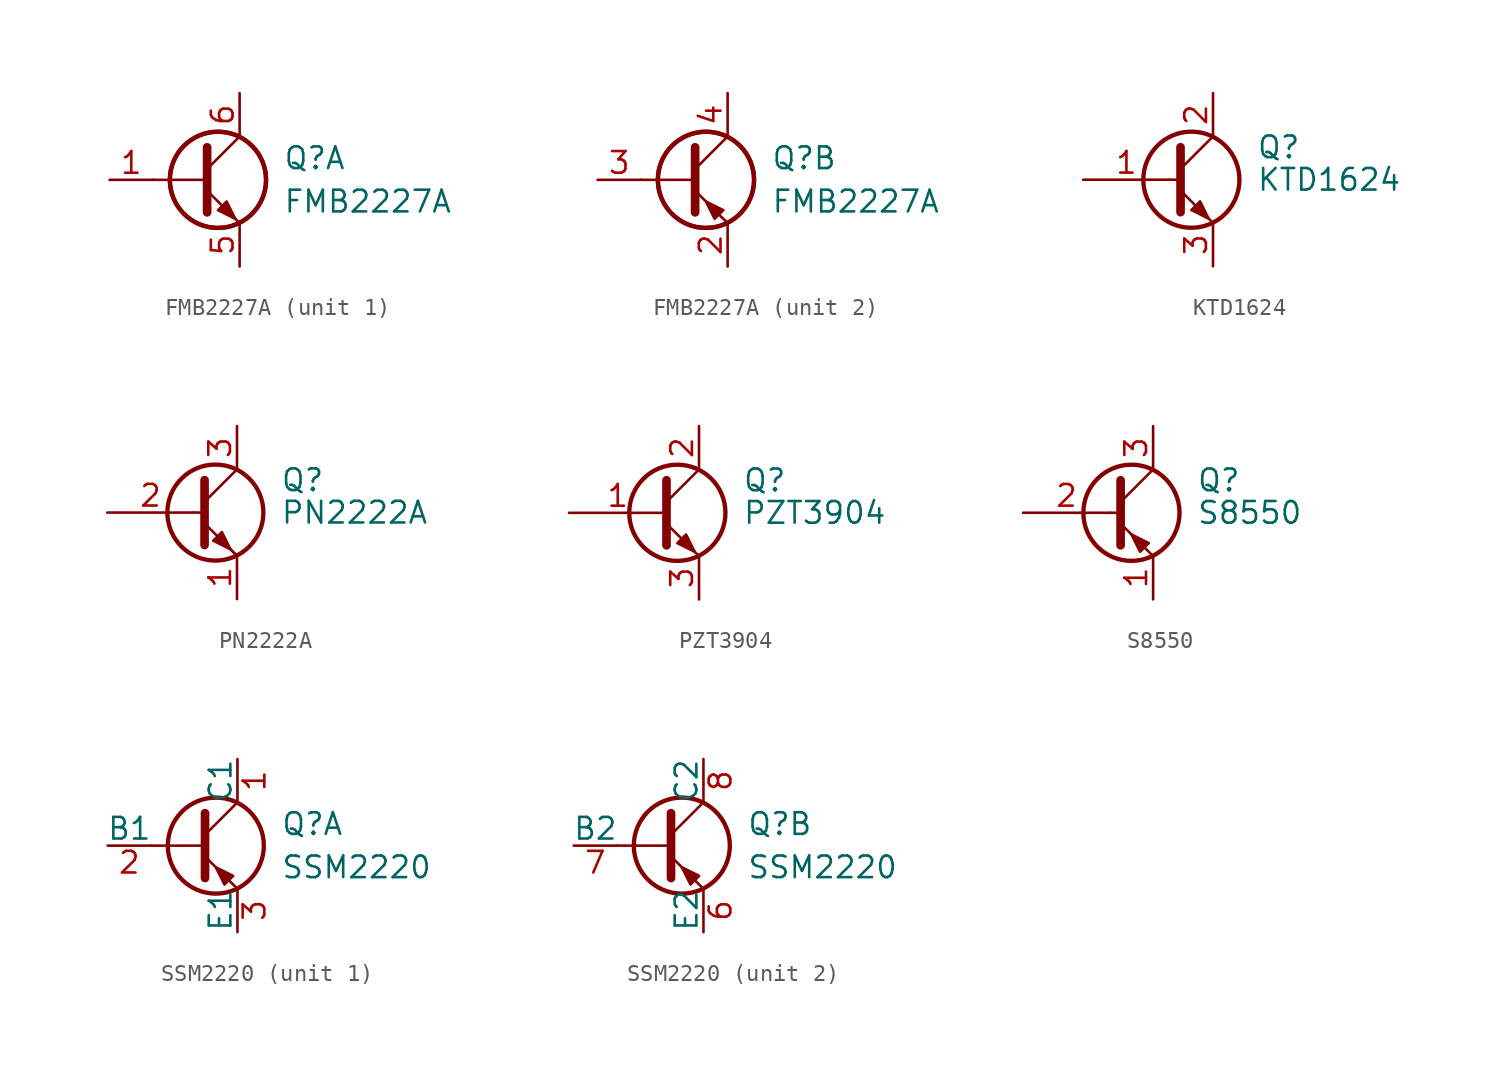
<source format=kicad_sym>
(kicad_symbol_lib
  (version 20201005)
  (generator kicad_symbol_editor)
  (symbol "FMB2227A"
    (pin_names
      (offset 0) hide)
    (property "Reference" "Q"
      (at 5.08 1.27 0)
      (effects (font (size 1.27 1.27)) (justify left)))
    (property "Value" "FMB2227A"
      (at 5.08 -1.27 0)
      (effects (font (size 1.27 1.27)) (justify left)))
    (property "ki_locked" ""
      (at 0 0 0)
      (effects (font (size 1.27 1.27))))
    (symbol "FMB2227A_0_1"
      (circle (center 1.27 0) (radius 2.819) (stroke (width 0.254)) (fill (type none)))
      (circle (center 1.27 0) (radius 2.819) (stroke (width 0.254)) (fill (type none)))
      (polyline (pts (xy 0.635 0) (xy -2.54 0)) (stroke (width 0)) (fill (type none))))
    (symbol "FMB2227A_1_1"
      (polyline (pts (xy 0.635 0.635) (xy 2.54 2.54)) (stroke (width 0)) (fill (type none)))
      (polyline (pts (xy 0.635 -0.635) (xy 2.54 -2.54) (xy 2.54 -2.54)) (stroke (width 0)) (fill (type none)))
      (polyline (pts (xy 0.635 1.905) (xy 0.635 -1.905) (xy 0.635 -1.905)) (stroke (width 0.508)) (fill (type none)))
      (polyline (pts (xy 1.27 -1.778) (xy 1.778 -1.27) (xy 2.286 -2.286) (xy 1.27 -1.778) (xy 1.27 -1.778)) (stroke (width 0)) (fill (type outline)))
      (pin input line (at -5.08 0 0) (length 2.54) (name "B1" (effects (font (size 1.27 1.27)))) (number "1" (effects (font (size 1.27 1.27)))))
      (pin passive line (at 2.54 -5.08 90) (length 2.54) (name "E1" (effects (font (size 1.27 1.27)))) (number "5" (effects (font (size 1.27 1.27)))))
      (pin passive line (at 2.54 5.08 270) (length 2.54) (name "C1" (effects (font (size 1.27 1.27)))) (number "6" (effects (font (size 1.27 1.27))))))
    (symbol "FMB2227A_2_1"
      (polyline (pts (xy 0.635 0.635) (xy 2.54 2.54)) (stroke (width 0)) (fill (type none)))
      (polyline (pts (xy 0.635 -0.635) (xy 2.54 -2.54) (xy 2.54 -2.54)) (stroke (width 0)) (fill (type none)))
      (polyline (pts (xy 0.635 1.905) (xy 0.635 -1.905) (xy 0.635 -1.905)) (stroke (width 0.508)) (fill (type none)))
      (polyline (pts (xy 2.286 -1.778) (xy 1.778 -2.286) (xy 1.27 -1.27) (xy 2.286 -1.778) (xy 2.286 -1.778)) (stroke (width 0)) (fill (type outline)))
      (pin passive line (at 2.54 -5.08 90) (length 2.54) (name "E2" (effects (font (size 1.27 1.27)))) (number "2" (effects (font (size 1.27 1.27)))))
      (pin input line (at -5.08 0 0) (length 2.54) (name "B2" (effects (font (size 1.27 1.27)))) (number "3" (effects (font (size 1.27 1.27)))))
      (pin passive line (at 2.54 5.08 270) (length 2.54) (name "C2" (effects (font (size 1.27 1.27)))) (number "4" (effects (font (size 1.27 1.27)))))))
  (symbol "KTD1624"
    (pin_names
      (offset 0) hide)
    (property "Reference" "Q"
      (at 5.08 1.905 0)
      (effects (font (size 1.27 1.27)) (justify left)))
    (property "Value" "KTD1624"
      (at 5.08 0 0)
      (effects (font (size 1.27 1.27)) (justify left)))
    (symbol "KTD1624_0_1"
      (circle (center 1.27 0) (radius 2.819) (stroke (width 0.254)) (fill (type none)))
      (polyline (pts (xy 0 0) (xy 0.635 0)) (stroke (width 0)) (fill (type none)))
      (polyline (pts (xy 0.635 0.635) (xy 2.54 2.54)) (stroke (width 0)) (fill (type none)))
      (polyline (pts (xy 0.635 -0.635) (xy 2.54 -2.54) (xy 2.54 -2.54)) (stroke (width 0)) (fill (type none)))
      (polyline (pts (xy 0.635 1.905) (xy 0.635 -1.905) (xy 0.635 -1.905)) (stroke (width 0.508)) (fill (type none)))
      (polyline (pts (xy 1.27 -1.778) (xy 1.778 -1.27) (xy 2.286 -2.286) (xy 1.27 -1.778) (xy 1.27 -1.778)) (stroke (width 0)) (fill (type outline))))
    (symbol "KTD1624_1_1"
      (pin input line (at -5.08 0 0) (length 5.08) (name "B" (effects (font (size 1.27 1.27)))) (number "1" (effects (font (size 1.27 1.27)))))
      (pin passive line (at 2.54 5.08 270) (length 2.54) (name "C" (effects (font (size 1.27 1.27)))) (number "2" (effects (font (size 1.27 1.27)))))
      (pin passive line (at 2.54 -5.08 90) (length 2.54) (name "E" (effects (font (size 1.27 1.27)))) (number "3" (effects (font (size 1.27 1.27)))))))
  (symbol "PN2222A"
    (pin_names
      (offset 0) hide)
    (property "Reference" "Q"
      (at 5.08 1.905 0)
      (effects (font (size 1.27 1.27)) (justify left)))
    (property "Value" "PN2222A"
      (at 5.08 0 0)
      (effects (font (size 1.27 1.27)) (justify left)))
    (symbol "PN2222A_0_1"
      (circle (center 1.27 0) (radius 2.819) (stroke (width 0.254)) (fill (type none)))
      (polyline (pts (xy 0 0) (xy 0.635 0)) (stroke (width 0)) (fill (type none)))
      (polyline (pts (xy 2.54 -2.54) (xy 0.635 -0.635)) (stroke (width 0)) (fill (type none)))
      (polyline (pts (xy 2.54 2.54) (xy 0.635 0.635)) (stroke (width 0)) (fill (type none)))
      (polyline (pts (xy 0.635 1.905) (xy 0.635 -1.905) (xy 0.635 -1.905)) (stroke (width 0.508)) (fill (type none)))
      (polyline (pts (xy 2.413 -2.413) (xy 1.905 -1.905) (xy 1.905 -1.905)) (stroke (width 0)) (fill (type none)))
      (polyline (pts (xy 1.143 -1.651) (xy 1.651 -1.143) (xy 2.159 -2.159) (xy 1.143 -1.651) (xy 1.143 -1.651)) (stroke (width 0)) (fill (type outline))))
    (symbol "PN2222A_1_1"
      (pin passive line (at 2.54 -5.08 90) (length 2.54) (name "E" (effects (font (size 1.27 1.27)))) (number "1" (effects (font (size 1.27 1.27)))))
      (pin input line (at -5.08 0 0) (length 5.08) (name "B" (effects (font (size 1.27 1.27)))) (number "2" (effects (font (size 1.27 1.27)))))
      (pin passive line (at 2.54 5.08 270) (length 2.54) (name "C" (effects (font (size 1.27 1.27)))) (number "3" (effects (font (size 1.27 1.27)))))))
  (symbol "PZT3904"
    (pin_names
      (offset 0) hide)
    (property "Reference" "Q"
      (at 5.08 1.905 0)
      (effects (font (size 1.27 1.27)) (justify left)))
    (property "Value" "PZT3904"
      (at 5.08 0 0)
      (effects (font (size 1.27 1.27)) (justify left)))
    (symbol "PZT3904_0_1"
      (circle (center 1.27 0) (radius 2.819) (stroke (width 0.254)) (fill (type none)))
      (polyline (pts (xy 0.635 0.635) (xy 2.54 2.54)) (stroke (width 0)) (fill (type none)))
      (polyline (pts (xy 0.635 -0.635) (xy 2.54 -2.54) (xy 2.54 -2.54)) (stroke (width 0)) (fill (type none)))
      (polyline (pts (xy 0.635 1.905) (xy 0.635 -1.905) (xy 0.635 -1.905)) (stroke (width 0.508)) (fill (type none)))
      (polyline (pts (xy 1.27 -1.778) (xy 1.778 -1.27) (xy 2.286 -2.286) (xy 1.27 -1.778) (xy 1.27 -1.778)) (stroke (width 0)) (fill (type outline))))
    (symbol "PZT3904_1_1"
      (pin input line (at -5.08 0 0) (length 5.715) (name "B" (effects (font (size 1.27 1.27)))) (number "1" (effects (font (size 1.27 1.27)))))
      (pin passive line (at 2.54 5.08 270) (length 2.54) (name "C" (effects (font (size 1.27 1.27)))) (number "2" (effects (font (size 1.27 1.27)))))
      (pin passive line (at 2.54 -5.08 90) (length 2.54) (name "E" (effects (font (size 1.27 1.27)))) (number "3" (effects (font (size 1.27 1.27)))))
      (pin passive line (at 2.54 5.08 270) (length 2.54) hide (name "C" (effects (font (size 1.27 1.27)))) (number "4" (effects (font (size 1.27 1.27)))))))
  (symbol "S8550"
    (pin_names
      (offset 0) hide)
    (property "Reference" "Q"
      (at 5.08 1.905 0)
      (effects (font (size 1.27 1.27)) (justify left)))
    (property "Value" "S8550"
      (at 5.08 0 0)
      (effects (font (size 1.27 1.27)) (justify left)))
    (symbol "S8550_0_1"
      (circle (center 1.27 0) (radius 2.819) (stroke (width 0.254)) (fill (type none)))
      (polyline (pts (xy 0 0) (xy 0.635 0)) (stroke (width 0)) (fill (type none)))
      (polyline (pts (xy 2.54 -2.54) (xy 0.635 -0.635)) (stroke (width 0)) (fill (type none)))
      (polyline (pts (xy 2.54 2.54) (xy 0.635 0.635)) (stroke (width 0)) (fill (type none)))
      (polyline (pts (xy 0.635 1.905) (xy 0.635 -1.905) (xy 0.635 -1.905)) (stroke (width 0.508)) (fill (type outline)))
      (polyline (pts (xy 1.778 -2.286) (xy 2.286 -1.778) (xy 1.27 -1.27) (xy 1.778 -2.286) (xy 1.778 -2.286)) (stroke (width 0)) (fill (type outline))))
    (symbol "S8550_1_1"
      (pin passive line (at 2.54 -5.08 90) (length 2.54) (name "E" (effects (font (size 1.27 1.27)))) (number "1" (effects (font (size 1.27 1.27)))))
      (pin input line (at -5.08 0 0) (length 5.08) (name "B" (effects (font (size 1.27 1.27)))) (number "2" (effects (font (size 1.27 1.27)))))
      (pin passive line (at 2.54 5.08 270) (length 2.54) (name "C" (effects (font (size 1.27 1.27)))) (number "3" (effects (font (size 1.27 1.27)))))))
  (symbol "SSM2220"
    (pin_names
      (offset 0))
    (property "Reference" "Q"
      (at 5.08 1.27 0)
      (effects (font (size 1.27 1.27)) (justify left)))
    (property "Value" "SSM2220"
      (at 5.08 -1.27 0)
      (effects (font (size 1.27 1.27)) (justify left)))
    (symbol "SSM2220_0_1"
      (circle (center 1.27 0) (radius 2.819) (stroke (width 0.254)) (fill (type none)))
      (polyline (pts (xy 0.635 0) (xy -2.54 0)) (stroke (width 0)) (fill (type none)))
      (polyline (pts (xy 0.635 0.635) (xy 2.54 2.54)) (stroke (width 0)) (fill (type none)))
      (polyline (pts (xy 0.635 -0.635) (xy 2.54 -2.54) (xy 2.54 -2.54)) (stroke (width 0)) (fill (type none)))
      (polyline (pts (xy 0.635 1.905) (xy 0.635 -1.905) (xy 0.635 -1.905)) (stroke (width 0.508)) (fill (type none)))
      (polyline (pts (xy 2.286 -1.778) (xy 1.778 -2.286) (xy 1.27 -1.27) (xy 2.286 -1.778) (xy 2.286 -1.778)) (stroke (width 0)) (fill (type outline))))
    (symbol "SSM2220_1_1"
      (pin passive line (at 2.54 5.08 270) (length 2.54) (name "C1" (effects (font (size 1.27 1.27)))) (number "1" (effects (font (size 1.27 1.27)))))
      (pin input line (at -5.08 0 0) (length 2.54) (name "B1" (effects (font (size 1.27 1.27)))) (number "2" (effects (font (size 1.27 1.27)))))
      (pin passive line (at 2.54 -5.08 90) (length 2.54) (name "E1" (effects (font (size 1.27 1.27)))) (number "3" (effects (font (size 1.27 1.27))))))
    (symbol "SSM2220_2_1"
      (pin passive line (at 2.54 -5.08 90) (length 2.54) (name "E2" (effects (font (size 1.27 1.27)))) (number "6" (effects (font (size 1.27 1.27)))))
      (pin input line (at -5.08 0 0) (length 2.54) (name "B2" (effects (font (size 1.27 1.27)))) (number "7" (effects (font (size 1.27 1.27)))))
      (pin passive line (at 2.54 5.08 270) (length 2.54) (name "C2" (effects (font (size 1.27 1.27)))) (number "8" (effects (font (size 1.27 1.27))))))))
</source>
